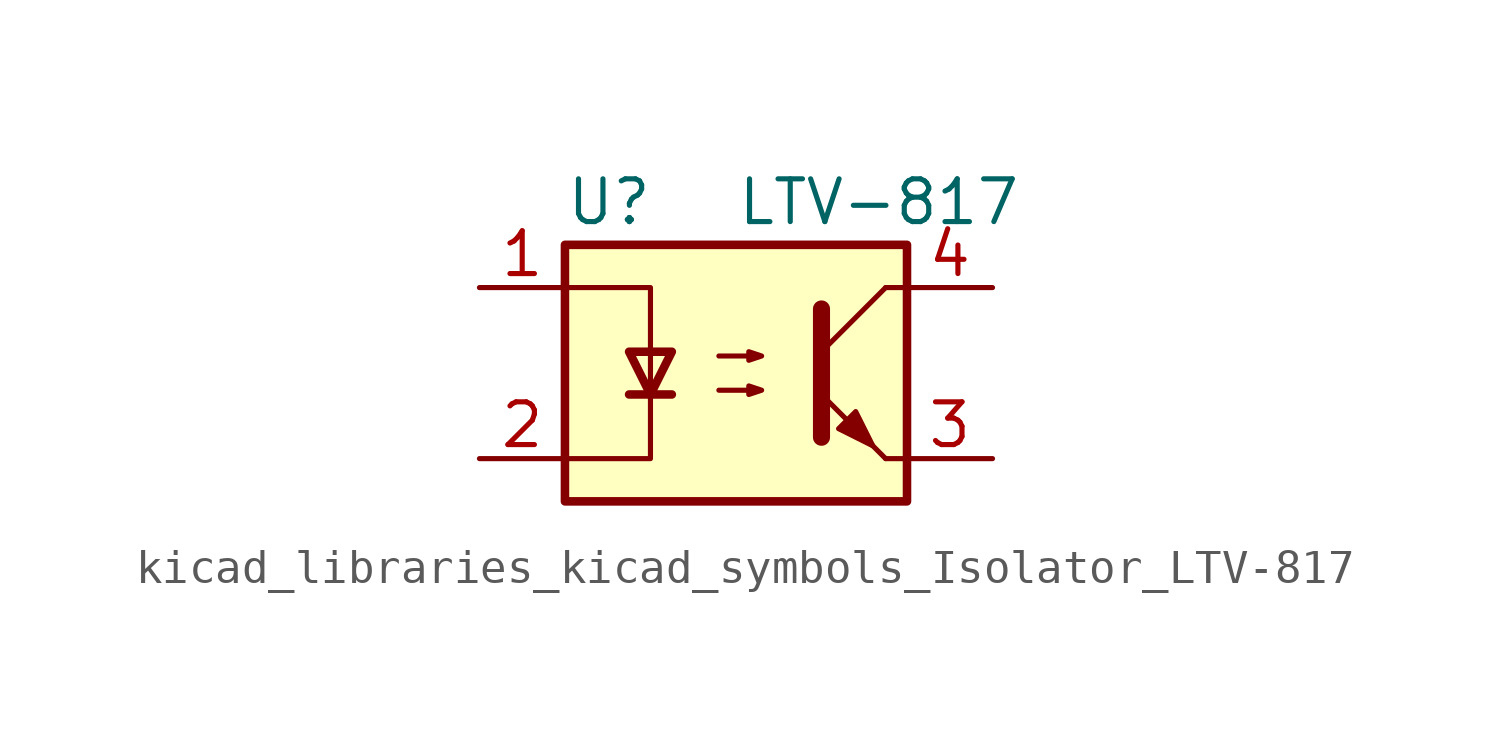
<source format=kicad_sym>
(kicad_symbol_lib
  (version 20220914)
  (generator kicad_symbol_editor)
  (symbol "kicad_libraries_kicad_symbols_Isolator_LTV-817"
    (pin_names
      (offset 1.016))
    (property "Reference" "U"
      (at -5.08 5.08 0)
      (effects (font (size 1.27 1.27)) (justify left)))
    (property "Value" "LTV-817"
      (at 0 5.08 0)
      (effects (font (size 1.27 1.27)) (justify left)))
    (symbol "kicad_libraries_kicad_symbols_Isolator_LTV-817_0_1"
      (rectangle (start -5.08 3.81) (end 5.08 -3.81) (stroke (width 0.254) (type default)) (fill (type background)))
      (polyline (pts (xy -3.175 -0.635) (xy -1.905 -0.635)) (stroke (width 0.254) (type default)) (fill (type none)))
      (polyline (pts (xy 2.54 0.635) (xy 4.445 2.54)) (stroke (width 0) (type default)) (fill (type none)))
      (polyline (pts (xy 4.445 -2.54) (xy 2.54 -0.635)) (stroke (width 0) (type default)) (fill (type outline)))
      (polyline (pts (xy 4.445 -2.54) (xy 5.08 -2.54)) (stroke (width 0) (type default)) (fill (type none)))
      (polyline (pts (xy 4.445 2.54) (xy 5.08 2.54)) (stroke (width 0) (type default)) (fill (type none)))
      (polyline (pts (xy -5.08 2.54) (xy -2.54 2.54) (xy -2.54 -0.762)) (stroke (width 0) (type default)) (fill (type none)))
      (polyline (pts (xy -2.54 -0.635) (xy -2.54 -2.54) (xy -5.08 -2.54)) (stroke (width 0) (type default)) (fill (type none)))
      (polyline (pts (xy 2.54 1.905) (xy 2.54 -1.905) (xy 2.54 -1.905)) (stroke (width 0.508) (type default)) (fill (type none)))
      (polyline (pts (xy -2.54 -0.635) (xy -3.175 0.635) (xy -1.905 0.635) (xy -2.54 -0.635)) (stroke (width 0.254) (type default)) (fill (type none)))
      (polyline (pts (xy -0.508 -0.508) (xy 0.762 -0.508) (xy 0.381 -0.635) (xy 0.381 -0.381) (xy 0.762 -0.508)) (stroke (width 0) (type default)) (fill (type none)))
      (polyline (pts (xy -0.508 0.508) (xy 0.762 0.508) (xy 0.381 0.381) (xy 0.381 0.635) (xy 0.762 0.508)) (stroke (width 0) (type default)) (fill (type none)))
      (polyline (pts (xy 3.048 -1.651) (xy 3.556 -1.143) (xy 4.064 -2.159) (xy 3.048 -1.651) (xy 3.048 -1.651)) (stroke (width 0) (type default)) (fill (type outline))))
    (symbol "kicad_libraries_kicad_symbols_Isolator_LTV-817_1_1"
      (pin passive line (at -7.62 2.54 0) (length 2.54) (name "~" (effects (font (size 1.27 1.27)))) (number "1" (effects (font (size 1.27 1.27)))))
      (pin passive line (at -7.62 -2.54 0) (length 2.54) (name "~" (effects (font (size 1.27 1.27)))) (number "2" (effects (font (size 1.27 1.27)))))
      (pin passive line (at 7.62 -2.54 180) (length 2.54) (name "~" (effects (font (size 1.27 1.27)))) (number "3" (effects (font (size 1.27 1.27)))))
      (pin passive line (at 7.62 2.54 180) (length 2.54) (name "~" (effects (font (size 1.27 1.27)))) (number "4" (effects (font (size 1.27 1.27))))))))
</source>
